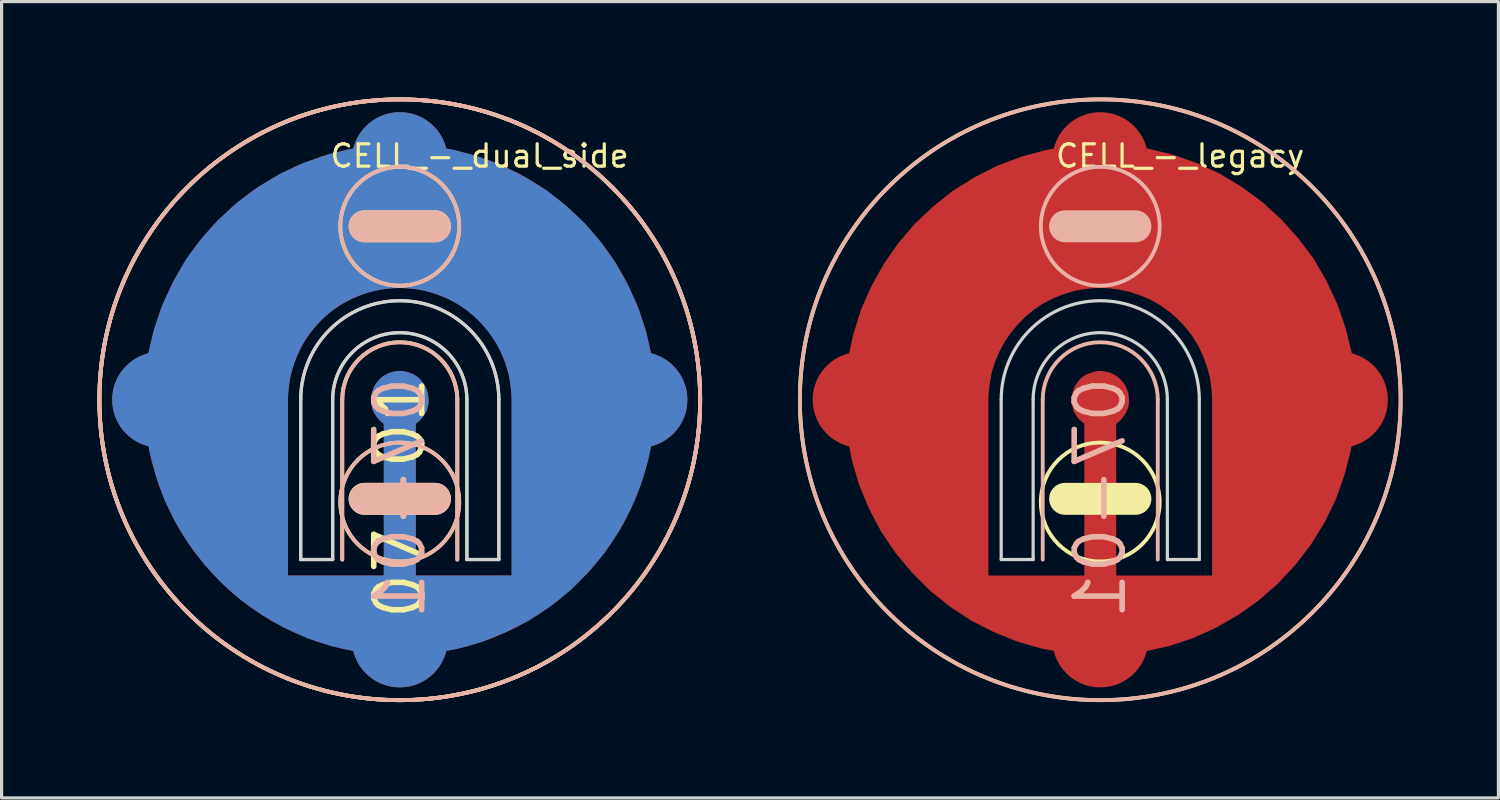
<source format=kicad_pcb>
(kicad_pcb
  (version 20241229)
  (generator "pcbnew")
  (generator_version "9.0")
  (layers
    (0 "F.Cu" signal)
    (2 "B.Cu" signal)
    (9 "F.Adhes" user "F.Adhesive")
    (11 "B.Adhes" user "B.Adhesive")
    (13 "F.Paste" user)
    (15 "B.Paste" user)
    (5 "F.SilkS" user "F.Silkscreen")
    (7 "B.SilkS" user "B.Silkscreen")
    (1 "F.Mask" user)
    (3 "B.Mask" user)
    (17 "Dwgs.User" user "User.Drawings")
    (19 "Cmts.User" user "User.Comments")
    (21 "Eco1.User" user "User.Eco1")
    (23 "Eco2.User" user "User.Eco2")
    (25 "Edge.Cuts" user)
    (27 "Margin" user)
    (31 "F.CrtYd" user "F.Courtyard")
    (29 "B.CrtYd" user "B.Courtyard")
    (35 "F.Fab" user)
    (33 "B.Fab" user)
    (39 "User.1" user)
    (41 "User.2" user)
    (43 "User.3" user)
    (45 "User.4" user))
  (footprint "CELL_-_dual_side"
    (layer "F.Cu")
    (at 9.46 9.531)
    (property "Reference" "CELL_-_dual_side" (at 2.5 -7.7 0) (layer "F.SilkS") (effects (font (size 0.7 0.7) (thickness 0.1))))
    (property "Number" "07-01" (at 0 0 0) (layer "F.Fab") (hide yes) (effects (font (size 1.27 1.27) (thickness 0.15))))
    (attr through_hole)
    (fp_line (start -1.8 -0.071) (end -1.8 4.929) (stroke (width 0.12) (type solid)) (layer "F.SilkS"))
    (fp_line (start -1.1 3.029) (end 1.1 3.029) (stroke (width 1) (type solid)) (layer "F.SilkS"))
    (fp_line (start 1.1 -5.5) (end -1.1 -5.5) (stroke (width 1) (type solid)) (layer "F.SilkS"))
    (fp_line (start 1.8 -0.071) (end 1.8 4.929) (stroke (width 0.12) (type solid)) (layer "F.SilkS"))
    (fp_arc (start -1.8 -0.070892) (mid 0 -1.870892) (end 1.8 -0.070892) (stroke (width 0.12) (type solid)) (layer "F.SilkS"))
    (fp_circle (center 0 -5.5) (end -1.86 -5.5) (stroke (width 0.12) (type solid)) (fill no) (layer "F.SilkS"))
    (fp_circle (center 0 -0.071) (end -9.4 -0.071) (stroke (width 0.12) (type solid)) (fill no) (layer "F.SilkS"))
    (fp_circle (center 0 -0.071) (end 9.4 -0.071) (stroke (width 0.12) (type solid)) (fill no) (layer "F.SilkS"))
    (fp_circle (center 0 3.129) (end -1.5 2.029) (stroke (width 0.12) (type solid)) (fill no) (layer "F.SilkS"))
    (fp_line (start -1.8 -0.071) (end -1.8 4.929) (stroke (width 0.12) (type solid)) (layer "B.SilkS"))
    (fp_line (start -1.1 -5.5) (end 1.1 -5.5) (stroke (width 1) (type solid)) (layer "B.SilkS"))
    (fp_line (start 1.1 3.029) (end -1.1 3.029) (stroke (width 1) (type solid)) (layer "B.SilkS"))
    (fp_line (start 1.8 -0.071) (end 1.8 4.929) (stroke (width 0.12) (type solid)) (layer "B.SilkS"))
    (fp_arc (start -1.8 -0.070892) (mid 0 -1.870892) (end 1.8 -0.070892) (stroke (width 0.12) (type solid)) (layer "B.SilkS"))
    (fp_circle (center 0 -5.5) (end 1.86 -5.5) (stroke (width 0.12) (type solid)) (fill no) (layer "B.SilkS"))
    (fp_circle (center 0 -0.071) (end -9.4 -0.071) (stroke (width 0.12) (type solid)) (fill no) (layer "B.SilkS"))
    (fp_circle (center 0 -0.071) (end 9.4 -0.071) (stroke (width 0.12) (type solid)) (fill no) (layer "B.SilkS"))
    (fp_circle (center 0 3.129) (end 1.5 2.029) (stroke (width 0.12) (type solid)) (fill no) (layer "B.SilkS"))
    (fp_line (start -3.1 -0.071) (end -3.1 4.929) (stroke (width 0.1) (type solid)) (layer "Edge.Cuts"))
    (fp_line (start -3.1 4.929) (end -3.1 -0.071) (stroke (width 0.1) (type solid)) (layer "Edge.Cuts"))
    (fp_line (start -3.1 4.929) (end -2.1 4.929) (stroke (width 0.1) (type solid)) (layer "Edge.Cuts"))
    (fp_line (start -2.1 -0.071) (end -2.1 4.929) (stroke (width 0.1) (type solid)) (layer "Edge.Cuts"))
    (fp_line (start -2.1 4.929) (end -3.1 4.929) (stroke (width 0.1) (type solid)) (layer "Edge.Cuts"))
    (fp_line (start -2.1 4.929) (end -2.1 -0.071) (stroke (width 0.1) (type solid)) (layer "Edge.Cuts"))
    (fp_line (start 2.1 -0.071) (end 2.1 4.929) (stroke (width 0.1) (type solid)) (layer "Edge.Cuts"))
    (fp_line (start 2.1 4.929) (end 2.1 -0.071) (stroke (width 0.1) (type solid)) (layer "Edge.Cuts"))
    (fp_line (start 2.1 4.929) (end 3.1 4.929) (stroke (width 0.1) (type solid)) (layer "Edge.Cuts"))
    (fp_line (start 3.1 -0.071) (end 3.1 4.929) (stroke (width 0.1) (type solid)) (layer "Edge.Cuts"))
    (fp_line (start 3.1 4.929) (end 2.1 4.929) (stroke (width 0.1) (type solid)) (layer "Edge.Cuts"))
    (fp_line (start 3.1 4.929) (end 3.1 -0.071) (stroke (width 0.1) (type solid)) (layer "Edge.Cuts"))
    (fp_arc (start -3.1 -0.070892) (mid 0 -3.170892) (end 3.1 -0.070892) (stroke (width 0.1) (type solid)) (layer "Edge.Cuts"))
    (fp_arc (start -3.1 -0.070892) (mid 0 -3.170892) (end 3.1 -0.070892) (stroke (width 0.1) (type solid)) (layer "Edge.Cuts"))
    (fp_arc (start -2.1 -0.070892) (mid 0 -2.170892) (end 2.1 -0.070892) (stroke (width 0.1) (type solid)) (layer "Edge.Cuts"))
    (fp_arc (start -2.1 -0.070892) (mid 0 -2.170892) (end 2.1 -0.070892) (stroke (width 0.1) (type solid)) (layer "Edge.Cuts"))
    (fp_text user "${Number}" (at 0 3 270) (layer "F.SilkS") (effects (font (size 1.5 1.5) (thickness 0.175))))
    (fp_text user "${Number}" (at 0 3 90) (layer "B.SilkS") (effects (font (size 1.5 1.5) (thickness 0.175)) (justify mirror)))
    (pad "" smd circle (at 0 -0.071) (size 1.8 1.8) (layers "F.Mask"))
    (pad "" smd circle (at 0 -0.071) (size 1.8 1.8) (layers "B.Mask"))
    (pad "" smd circle (at 0 -0.071) (size 4 4) (layers "F.Paste"))
    (pad "" smd circle (at 0 -0.071) (size 4 4) (layers "B.Paste"))
    (pad "1" smd circle (at -7.5 -0.071) (size 3 3) (layers "F.Cu"))
    (pad "1" smd circle (at -7.5 -0.071) (size 3 3) (layers "B.Cu"))
    (pad "1" smd circle (at 0 -7.571) (size 3 3) (layers "F.Cu"))
    (pad "1" smd circle (at 0 -7.571) (size 3 3) (layers "B.Cu"))
    (pad "1" smd custom (at 0 -0.071) (size 1 1) (layers "F.Cu") (options (anchor circle)) (primitives (gr_poly (pts (xy -6.41 4.79) (xy -6.86 4.12) (xy -7.23 3.42) (xy -7.54 2.68) (xy -7.77 1.91) (xy -7.92 1.13) (xy -7.99 0.33) (xy -7.99 -0.47) (xy -7.9 -1.26) (xy -7.73 -2.04) (xy -7.49 -2.81) (xy -7.17 -3.54) (xy -6.78 -4.24) (xy -6.33 -4.89) (xy -5.81 -5.5) (xy -5.23 -6.05) (xy -4.6 -6.55) (xy -3.92 -6.97) (xy -3.21 -7.33) (xy -2.46 -7.61) (xy -1.69 -7.82) (xy -0.9 -7.95) (xy -0.1 -8) (xy 0.7 -7.97) (xy 1.49 -7.86) (xy 2.27 -7.67) (xy 3.02 -7.41) (xy 3.75 -7.07) (xy 4.43 -6.66) (xy 5.08 -6.18) (xy 5.67 -5.64) (xy 6.2 -5.05) (xy 6.68 -4.41) (xy 7.08 -3.72) (xy 7.42 -2.99) (xy 7.68 -2.24) (xy 7.87 -1.46) (xy 7.97 -0.66) (xy 7.995 0) (xy 8 0) (xy 7.997 0.056) (xy 8 0.13) (xy 7.994 0.13) (xy 7.96 0.8) (xy 7.84 1.59) (xy 7.64 2.36) (xy 7.37 3.12) (xy 7.02 3.84) (xy 6.6 4.52) (xy 6.12 5.15) (xy 5.57 5.74) (xy 4.97 6.27) (xy 4.32 6.73) (xy 3.63 7.13) (xy 2.9 7.46) (xy 2.14 7.71) (xy 1.36 7.88) (xy 0.57 7.98) (xy -0.23 8) (xy -1.03 7.93) (xy -1.82 7.79) (xy -2.59 7.57) (xy -3.33 7.27) (xy -4.04 6.91) (xy -4.71 6.47) (xy -5.33 5.97) (xy -5.8 5.5) (xy -3.5 5.5) (xy -0.5 5.5) (xy -0.5 0.75) (xy -0.64 0.63) (xy -0.7 0.57) (xy -0.75 0.49) (xy -0.8 0.42) (xy -0.84 0.34) (xy -0.86 0.25) (xy -0.89 0.16) (xy -0.9 0.07) (xy -0.9 -0.02) (xy -0.89 -0.11) (xy -0.88 -0.19) (xy -0.82 -0.37) (xy -0.78 -0.45) (xy -0.68 -0.59) (xy -0.62 -0.66) (xy -0.55 -0.72) (xy -0.47 -0.77) (xy -0.39 -0.81) (xy -0.31 -0.84) (xy -0.22 -0.87) (xy -0.14 -0.89) (xy -0.05 -0.9) (xy 0.04 -0.9) (xy 0.13 -0.89) (xy 0.31 -0.85) (xy 0.47 -0.77) (xy 0.54 -0.72) (xy 0.61 -0.66) (xy 0.67 -0.6) (xy 0.73 -0.53) (xy 0.78 -0.45) (xy 0.82 -0.37) (xy 0.85 -0.29) (xy 0.88 -0.2) (xy 0.9 -0.02) (xy 0.9 0.07) (xy 0.89 0.16) (xy 0.87 0.25) (xy 0.84 0.33) (xy 0.8 0.41) (xy 0.75 0.49) (xy 0.7 0.56) (xy 0.64 0.63) (xy 0.58 0.69) (xy 0.5 0.75) (xy 0.5 5.5) (xy 3.5 5.5) (xy 3.5 0) (xy 3.48 -0.35) (xy 3.43 -0.7) (xy 3.34 -1.03) (xy 3.22 -1.36) (xy 3.07 -1.68) (xy 2.89 -1.98) (xy 2.68 -2.25) (xy 2.44 -2.51) (xy 2.18 -2.74) (xy 1.89 -2.95) (xy 1.59 -3.12) (xy 1.27 -3.26) (xy 0.94 -3.37) (xy 0.59 -3.45) (xy 0.25 -3.49) (xy -0.1 -3.5) (xy -0.45 -3.47) (xy -0.8 -3.41) (xy -1.13 -3.31) (xy -1.46 -3.18) (xy -1.77 -3.02) (xy -2.06 -2.83) (xy -2.33 -2.61) (xy -2.58 -2.36) (xy -2.8 -2.09) (xy -3 -1.8) (xy -3.16 -1.5) (xy -3.3 -1.17) (xy -3.4 -0.84) (xy -3.46 -0.49) (xy -3.5 -0.15) (xy -3.5 5.5) (xy -5.8 5.5) (xy -5.9 5.4)) (width 0) (fill yes))))
    (pad "1" smd custom (at 0 -0.071) (size 1 1) (layers "B.Cu") (options (anchor circle)) (primitives (gr_poly (pts (xy 6.41 4.79) (xy 6.86 4.12) (xy 7.23 3.42) (xy 7.54 2.68) (xy 7.77 1.91) (xy 7.92 1.13) (xy 7.99 0.33) (xy 7.99 -0.47) (xy 7.9 -1.26) (xy 7.73 -2.04) (xy 7.49 -2.81) (xy 7.17 -3.54) (xy 6.78 -4.24) (xy 6.33 -4.89) (xy 5.81 -5.5) (xy 5.23 -6.05) (xy 4.6 -6.55) (xy 3.92 -6.97) (xy 3.21 -7.33) (xy 2.46 -7.61) (xy 1.69 -7.82) (xy 0.9 -7.95) (xy 0.1 -8) (xy -0.7 -7.97) (xy -1.49 -7.86) (xy -2.27 -7.67) (xy -3.02 -7.41) (xy -3.75 -7.07) (xy -4.43 -6.66) (xy -5.08 -6.18) (xy -5.67 -5.64) (xy -6.2 -5.05) (xy -6.68 -4.41) (xy -7.08 -3.72) (xy -7.42 -2.99) (xy -7.68 -2.24) (xy -7.87 -1.46) (xy -7.97 -0.66) (xy -7.995 0) (xy -8 0) (xy -7.997 0.056) (xy -8 0.13) (xy -7.994 0.13) (xy -7.96 0.8) (xy -7.84 1.59) (xy -7.64 2.36) (xy -7.37 3.12) (xy -7.02 3.84) (xy -6.6 4.52) (xy -6.12 5.15) (xy -5.57 5.74) (xy -4.97 6.27) (xy -4.32 6.73) (xy -3.63 7.13) (xy -2.9 7.46) (xy -2.14 7.71) (xy -1.36 7.88) (xy -0.57 7.98) (xy 0.23 8) (xy 1.03 7.93) (xy 1.82 7.79) (xy 2.59 7.57) (xy 3.33 7.27) (xy 4.04 6.91) (xy 4.71 6.47) (xy 5.33 5.97) (xy 5.8 5.5) (xy 3.5 5.5) (xy 0.5 5.5) (xy 0.5 0.75) (xy 0.64 0.63) (xy 0.7 0.57) (xy 0.75 0.49) (xy 0.8 0.42) (xy 0.84 0.34) (xy 0.86 0.25) (xy 0.89 0.16) (xy 0.9 0.07) (xy 0.9 -0.02) (xy 0.89 -0.11) (xy 0.88 -0.19) (xy 0.82 -0.37) (xy 0.78 -0.45) (xy 0.68 -0.59) (xy 0.62 -0.66) (xy 0.55 -0.72) (xy 0.47 -0.77) (xy 0.39 -0.81) (xy 0.31 -0.84) (xy 0.22 -0.87) (xy 0.14 -0.89) (xy 0.05 -0.9) (xy -0.04 -0.9) (xy -0.13 -0.89) (xy -0.31 -0.85) (xy -0.47 -0.77) (xy -0.54 -0.72) (xy -0.61 -0.66) (xy -0.67 -0.6) (xy -0.73 -0.53) (xy -0.78 -0.45) (xy -0.82 -0.37) (xy -0.85 -0.29) (xy -0.88 -0.2) (xy -0.9 -0.02) (xy -0.9 0.07) (xy -0.89 0.16) (xy -0.87 0.25) (xy -0.84 0.33) (xy -0.8 0.41) (xy -0.75 0.49) (xy -0.7 0.56) (xy -0.64 0.63) (xy -0.58 0.69) (xy -0.5 0.75) (xy -0.5 5.5) (xy -3.5 5.5) (xy -3.5 0) (xy -3.48 -0.35) (xy -3.43 -0.7) (xy -3.34 -1.03) (xy -3.22 -1.36) (xy -3.07 -1.68) (xy -2.89 -1.98) (xy -2.68 -2.25) (xy -2.44 -2.51) (xy -2.18 -2.74) (xy -1.89 -2.95) (xy -1.59 -3.12) (xy -1.27 -3.26) (xy -0.94 -3.37) (xy -0.59 -3.45) (xy -0.25 -3.49) (xy 0.1 -3.5) (xy 0.45 -3.47) (xy 0.8 -3.41) (xy 1.13 -3.31) (xy 1.46 -3.18) (xy 1.77 -3.02) (xy 2.06 -2.83) (xy 2.33 -2.61) (xy 2.58 -2.36) (xy 2.8 -2.09) (xy 3 -1.8) (xy 3.16 -1.5) (xy 3.3 -1.17) (xy 3.4 -0.84) (xy 3.46 -0.49) (xy 3.5 -0.15) (xy 3.5 5.5) (xy 5.8 5.5) (xy 5.9 5.4)) (width 0) (fill yes))))
    (pad "1" smd circle (at 0 7.429) (size 3 3) (layers "F.Cu"))
    (pad "1" smd circle (at 0 7.429) (size 3 3) (layers "B.Cu"))
    (pad "1" smd circle (at 7.5 -0.071) (size 3 3) (layers "F.Cu"))
    (pad "1" smd circle (at 7.5 -0.071) (size 3 3) (layers "B.Cu"))
    (zone (net_name "") (layers "F.Cu" "B.Cu") (hatch edge 0.508) (connect_pads) (min_thickness 0.254) (filled_areas_thickness no) (keepout (tracks not_allowed) (vias not_allowed) (pads allowed) (copperpour not_allowed) (footprints allowed)) (placement (enabled no)) (fill) (polygon (pts (xy 7.36 9.231) (xy 7.46 8.631) (xy 7.76 8.131) (xy 8.26 7.631) (xy 8.66 7.431) (xy 9.36 7.331) (xy 9.42 8.531) (xy 9.24 8.561) (xy 9.07 8.621) (xy 8.92 8.711) (xy 8.79 8.831) (xy 8.705 8.941) (xy 8.64 9.061) (xy 8.58 9.231) (xy 8.56 9.411) (xy 8.565 9.546) (xy 8.59 9.681) (xy 8.64 9.801) (xy 8.71 9.921) (xy 8.82 10.061) (xy 8.96 10.181) (xy 9.96 10.181) (xy 10.1 10.061) (xy 10.21 9.921) (xy 10.3 9.771) (xy 10.355 9.546) (xy 10.35 9.321) (xy 10.31 9.151) (xy 10.24 8.981) (xy 10.14 8.841) (xy 10.01 8.711) (xy 9.85 8.621) (xy 9.68 8.561) (xy 9.51 8.531) (xy 9.56 7.331) (xy 9.86 7.331) (xy 10.26 7.431) (xy 10.76 7.731) (xy 11.16 8.131) (xy 11.36 8.531) (xy 11.56 9.031) (xy 11.56 9.431) (xy 11.56 9.931) (xy 11.56 14.931) (xy 7.36 14.931) (xy 7.36 9.931))))
    (zone (net_name "") (layers "F.Cu" "B.Cu") (hatch edge 0.508) (connect_pads) (min_thickness 0.254) (filled_areas_thickness no) (keepout (tracks not_allowed) (vias not_allowed) (pads allowed) (copperpour not_allowed) (footprints allowed)) (placement (enabled no)) (fill) (polygon (pts (xy 11.56 9.231) (xy 11.46 8.631) (xy 11.16 8.131) (xy 10.66 7.631) (xy 10.26 7.431) (xy 9.56 7.331) (xy 9.5 8.531) (xy 9.68 8.561) (xy 9.85 8.621) (xy 10 8.711) (xy 10.13 8.831) (xy 10.215 8.941) (xy 10.28 9.061) (xy 10.34 9.231) (xy 10.36 9.411) (xy 10.355 9.546) (xy 10.33 9.681) (xy 10.28 9.801) (xy 10.21 9.921) (xy 10.1 10.061) (xy 9.96 10.181) (xy 8.96 10.181) (xy 8.82 10.061) (xy 8.71 9.921) (xy 8.62 9.771) (xy 8.565 9.546) (xy 8.57 9.321) (xy 8.61 9.151) (xy 8.68 8.981) (xy 8.78 8.841) (xy 8.91 8.711) (xy 9.07 8.621) (xy 9.24 8.561) (xy 9.41 8.531) (xy 9.36 7.331) (xy 9.06 7.331) (xy 8.66 7.431) (xy 8.16 7.731) (xy 7.76 8.131) (xy 7.56 8.531) (xy 7.36 9.031) (xy 7.36 9.431) (xy 7.36 9.931) (xy 7.36 14.931) (xy 11.56 14.931) (xy 11.56 9.931)))))
  (footprint "CELL_-_legacy"
    (layer "F.Cu")
    (at 31.38 9.531)
    (property "Reference" "CELL_-_legacy" (at 2.5 -7.7 0) (layer "F.SilkS") (effects (font (size 0.7 0.7) (thickness 0.1))))
    (property "Number" "07-01" (at 0 0 0) (layer "F.Fab") (hide yes) (effects (font (size 1.27 1.27) (thickness 0.15))))
    (attr through_hole)
    (fp_line (start -1.1 3.029) (end 1.1 3.029) (stroke (width 1) (type solid)) (layer "F.SilkS"))
    (fp_circle (center 0 -0.071) (end 9.4 -0.071) (stroke (width 0.12) (type solid)) (fill no) (layer "F.SilkS"))
    (fp_circle (center 0 3.129) (end -1.5 2.029) (stroke (width 0.12) (type solid)) (fill no) (layer "F.SilkS"))
    (fp_line (start -1.8 -0.071) (end -1.8 4.929) (stroke (width 0.12) (type solid)) (layer "B.SilkS"))
    (fp_line (start -1.1 -5.5) (end 1.1 -5.5) (stroke (width 1) (type solid)) (layer "B.SilkS"))
    (fp_line (start 1.8 -0.071) (end 1.8 4.929) (stroke (width 0.12) (type solid)) (layer "B.SilkS"))
    (fp_arc (start -1.8 -0.070892) (mid 0 -1.870892) (end 1.8 -0.070892) (stroke (width 0.12) (type solid)) (layer "B.SilkS"))
    (fp_circle (center 0 -5.5) (end 1.86 -5.5) (stroke (width 0.12) (type solid)) (fill no) (layer "B.SilkS"))
    (fp_circle (center 0 -0.071) (end 9.4 -0.071) (stroke (width 0.12) (type solid)) (fill no) (layer "B.SilkS"))
    (fp_line (start -3.1 -0.071) (end -3.1 4.929) (stroke (width 0.1) (type solid)) (layer "Edge.Cuts"))
    (fp_line (start -3.1 4.929) (end -2.1 4.929) (stroke (width 0.1) (type solid)) (layer "Edge.Cuts"))
    (fp_line (start -2.1 4.929) (end -2.1 -0.071) (stroke (width 0.1) (type solid)) (layer "Edge.Cuts"))
    (fp_line (start 2.1 -0.071) (end 2.1 4.929) (stroke (width 0.1) (type solid)) (layer "Edge.Cuts"))
    (fp_line (start 2.1 4.929) (end 3.1 4.929) (stroke (width 0.1) (type solid)) (layer "Edge.Cuts"))
    (fp_line (start 3.1 4.929) (end 3.1 -0.071) (stroke (width 0.1) (type solid)) (layer "Edge.Cuts"))
    (fp_arc (start -3.1 -0.070892) (mid 0 -3.170892) (end 3.1 -0.070892) (stroke (width 0.1) (type solid)) (layer "Edge.Cuts"))
    (fp_arc (start -2.1 -0.070892) (mid 0 -2.170892) (end 2.1 -0.070892) (stroke (width 0.1) (type solid)) (layer "Edge.Cuts"))
    (fp_text user "${Number}" (at 0 3 90) (layer "B.SilkS") (effects (font (size 1.5 1.5) (thickness 0.175)) (justify mirror)))
    (pad "" smd circle (at 0 -0.071) (size 1.8 1.8) (layers "F.Mask"))
    (pad "" smd circle (at 0 -0.071) (size 4 4) (layers "F.Paste"))
    (pad "1" smd circle (at -7.5 -0.071) (size 3 3) (layers "F.Cu"))
    (pad "1" smd circle (at 0 -7.571) (size 3 3) (layers "F.Cu"))
    (pad "1" smd custom (at 0 -0.071) (size 1 1) (layers "F.Cu") (options (anchor circle)) (primitives (gr_poly (pts (xy -6.41 4.79) (xy -6.86 4.12) (xy -7.23 3.42) (xy -7.54 2.68) (xy -7.77 1.91) (xy -7.92 1.13) (xy -7.99 0.33) (xy -7.99 -0.47) (xy -7.9 -1.26) (xy -7.73 -2.04) (xy -7.49 -2.81) (xy -7.17 -3.54) (xy -6.78 -4.24) (xy -6.33 -4.89) (xy -5.81 -5.5) (xy -5.23 -6.05) (xy -4.6 -6.55) (xy -3.92 -6.97) (xy -3.21 -7.33) (xy -2.46 -7.61) (xy -1.69 -7.82) (xy -0.9 -7.95) (xy -0.1 -8) (xy 0.7 -7.97) (xy 1.49 -7.86) (xy 2.27 -7.67) (xy 3.02 -7.41) (xy 3.75 -7.07) (xy 4.43 -6.66) (xy 5.08 -6.18) (xy 5.67 -5.64) (xy 6.2 -5.05) (xy 6.68 -4.41) (xy 7.08 -3.72) (xy 7.42 -2.99) (xy 7.68 -2.24) (xy 7.87 -1.46) (xy 7.97 -0.66) (xy 7.995 0) (xy 8 0) (xy 7.997 0.056) (xy 8 0.13) (xy 7.994 0.13) (xy 7.96 0.8) (xy 7.84 1.59) (xy 7.64 2.36) (xy 7.37 3.12) (xy 7.02 3.84) (xy 6.6 4.52) (xy 6.12 5.15) (xy 5.57 5.74) (xy 4.97 6.27) (xy 4.32 6.73) (xy 3.63 7.13) (xy 2.9 7.46) (xy 2.14 7.71) (xy 1.36 7.88) (xy 0.57 7.98) (xy -0.23 8) (xy -1.03 7.93) (xy -1.82 7.79) (xy -2.59 7.57) (xy -3.33 7.27) (xy -4.04 6.91) (xy -4.71 6.47) (xy -5.33 5.97) (xy -5.8 5.5) (xy -3.5 5.5) (xy -0.5 5.5) (xy -0.5 0.75) (xy -0.64 0.63) (xy -0.7 0.57) (xy -0.75 0.49) (xy -0.8 0.42) (xy -0.84 0.34) (xy -0.86 0.25) (xy -0.89 0.16) (xy -0.9 0.07) (xy -0.9 -0.02) (xy -0.89 -0.11) (xy -0.88 -0.19) (xy -0.82 -0.37) (xy -0.78 -0.45) (xy -0.68 -0.59) (xy -0.62 -0.66) (xy -0.55 -0.72) (xy -0.47 -0.77) (xy -0.39 -0.81) (xy -0.31 -0.84) (xy -0.22 -0.87) (xy -0.14 -0.89) (xy -0.05 -0.9) (xy 0.04 -0.9) (xy 0.13 -0.89) (xy 0.31 -0.85) (xy 0.47 -0.77) (xy 0.54 -0.72) (xy 0.61 -0.66) (xy 0.67 -0.6) (xy 0.73 -0.53) (xy 0.78 -0.45) (xy 0.82 -0.37) (xy 0.85 -0.29) (xy 0.88 -0.2) (xy 0.9 -0.02) (xy 0.9 0.07) (xy 0.89 0.16) (xy 0.87 0.25) (xy 0.84 0.33) (xy 0.8 0.41) (xy 0.75 0.49) (xy 0.7 0.56) (xy 0.64 0.63) (xy 0.58 0.69) (xy 0.5 0.75) (xy 0.5 5.5) (xy 3.5 5.5) (xy 3.5 0) (xy 3.48 -0.35) (xy 3.43 -0.7) (xy 3.34 -1.03) (xy 3.22 -1.36) (xy 3.07 -1.68) (xy 2.89 -1.98) (xy 2.68 -2.25) (xy 2.44 -2.51) (xy 2.18 -2.74) (xy 1.89 -2.95) (xy 1.59 -3.12) (xy 1.27 -3.26) (xy 0.94 -3.37) (xy 0.59 -3.45) (xy 0.25 -3.49) (xy -0.1 -3.5) (xy -0.45 -3.47) (xy -0.8 -3.41) (xy -1.13 -3.31) (xy -1.46 -3.18) (xy -1.77 -3.02) (xy -2.06 -2.83) (xy -2.33 -2.61) (xy -2.58 -2.36) (xy -2.8 -2.09) (xy -3 -1.8) (xy -3.16 -1.5) (xy -3.3 -1.17) (xy -3.4 -0.84) (xy -3.46 -0.49) (xy -3.5 -0.15) (xy -3.5 5.5) (xy -5.8 5.5) (xy -5.9 5.4)) (width 0) (fill yes))))
    (pad "1" smd circle (at 0 7.429) (size 3 3) (layers "F.Cu"))
    (pad "1" smd circle (at 7.5 -0.071) (size 3 3) (layers "F.Cu"))
    (zone (net_name "") (layers "F.Cu" "B.Cu") (hatch edge 0.508) (connect_pads) (min_thickness 0.254) (filled_areas_thickness no) (keepout (tracks not_allowed) (vias not_allowed) (pads allowed) (copperpour not_allowed) (footprints allowed)) (placement (enabled no)) (fill) (polygon (pts (xy 33.48 9.231) (xy 33.38 8.631) (xy 33.08 8.131) (xy 32.58 7.631) (xy 32.18 7.431) (xy 31.48 7.331) (xy 31.42 8.531) (xy 31.6 8.561) (xy 31.77 8.621) (xy 31.92 8.711) (xy 32.05 8.831) (xy 32.135 8.941) (xy 32.2 9.061) (xy 32.26 9.231) (xy 32.28 9.411) (xy 32.275 9.546) (xy 32.25 9.681) (xy 32.2 9.801) (xy 32.13 9.921) (xy 32.02 10.061) (xy 31.88 10.181) (xy 30.88 10.181) (xy 30.74 10.061) (xy 30.63 9.921) (xy 30.54 9.771) (xy 30.485 9.546) (xy 30.49 9.321) (xy 30.53 9.151) (xy 30.6 8.981) (xy 30.7 8.841) (xy 30.83 8.711) (xy 30.99 8.621) (xy 31.16 8.561) (xy 31.33 8.531) (xy 31.28 7.331) (xy 30.98 7.331) (xy 30.58 7.431) (xy 30.08 7.731) (xy 29.68 8.131) (xy 29.48 8.531) (xy 29.28 9.031) (xy 29.28 9.431) (xy 29.28 9.931) (xy 29.28 14.931) (xy 33.48 14.931) (xy 33.48 9.931)))))
  (gr_rect
    (start -3 -3)
    (end 43.84 21.92)
    (stroke (width 0.1) (type default))
    (fill no)
    (layer "Edge.Cuts")))
</source>
